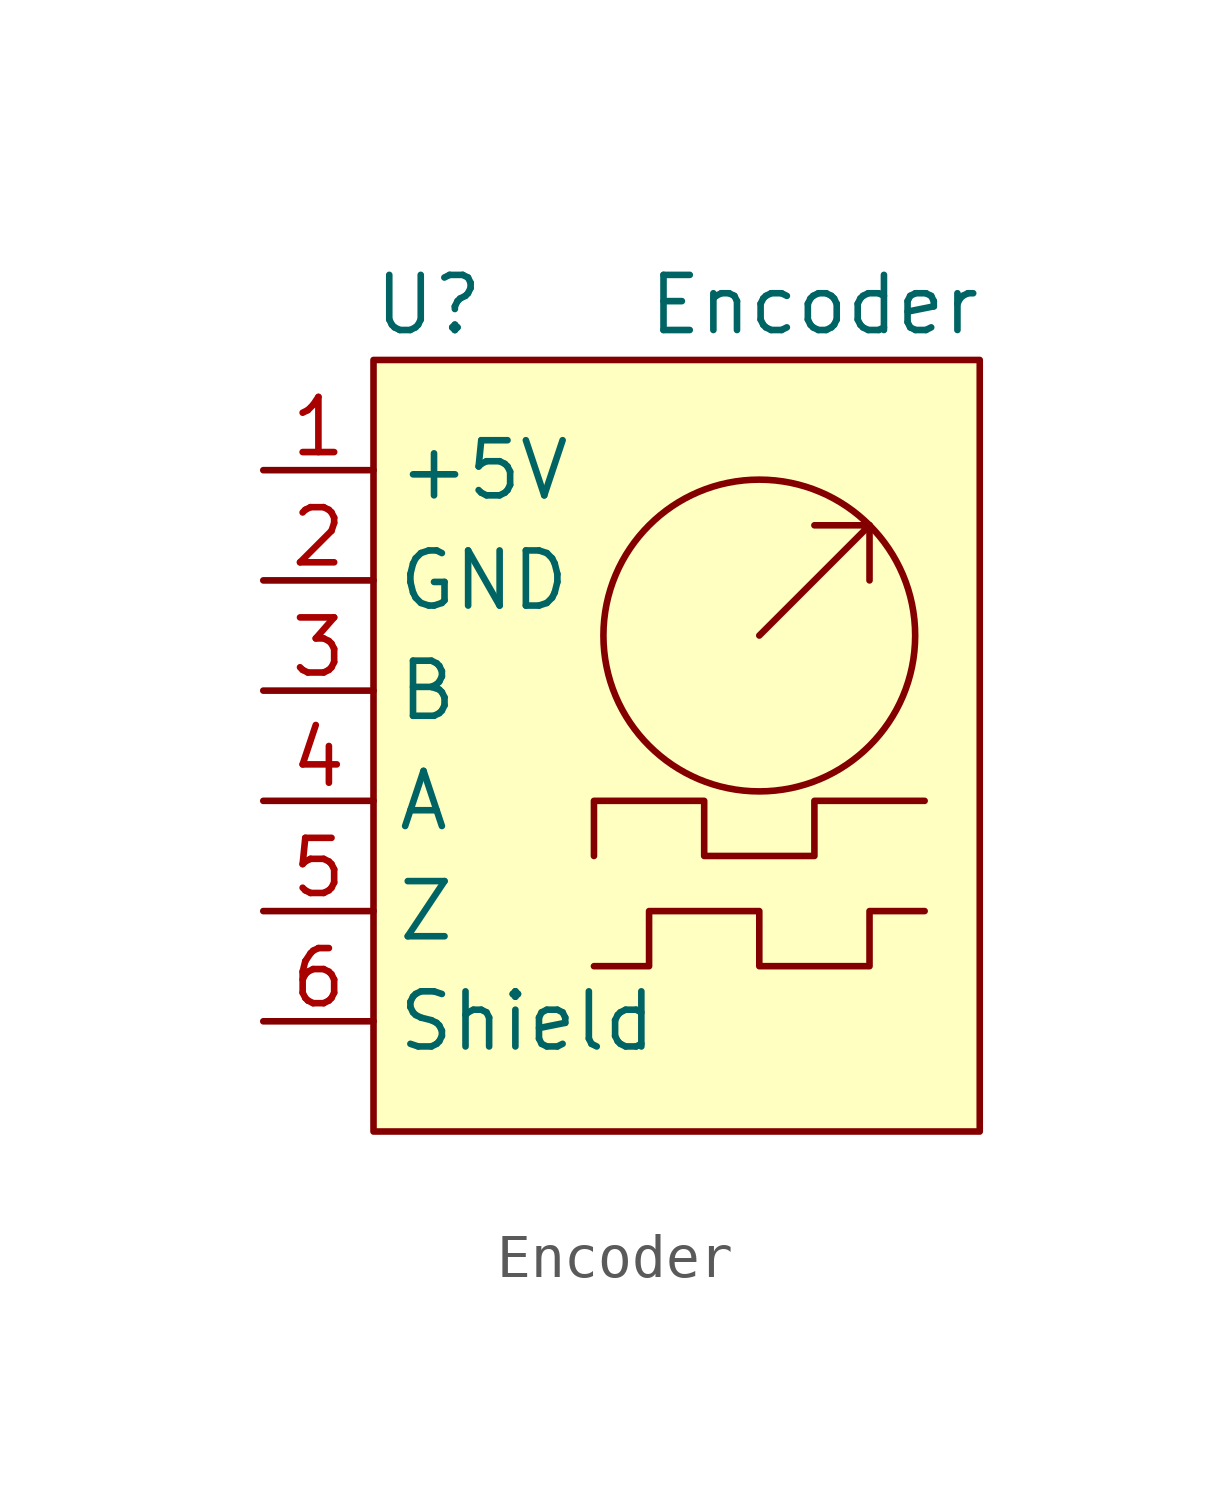
<source format=kicad_sym>
(kicad_symbol_lib
  (version 20211014)
  (generator kicad_symbol_editor)
  (symbol "Encoder"
    (property "Reference" "U"
      (at -3.81 10.16 0)
      (effects (font (size 1.27 1.27))))
    (property "Value" "Encoder"
      (at 5.08 10.16 0)
      (effects (font (size 1.27 1.27))))
    (symbol "Encoder_0_0"
      (rectangle (start -5.08 -8.89) (end 8.89 8.89) (stroke (width 0.152) (type default) (color 0 0 0 0)) (fill (type background)))
      (polyline (pts (xy 6.35 5.08) (xy 6.35 3.81)) (stroke (width 0.152) (type default) (color 0 0 0 0)) (fill (type none)))
      (polyline (pts (xy 3.81 2.54) (xy 6.35 5.08) (xy 5.08 5.08)) (stroke (width 0.152) (type default) (color 0 0 0 0)) (fill (type none)))
      (polyline (pts (xy 0 -5.08) (xy 1.27 -5.08) (xy 1.27 -3.81) (xy 3.81 -3.81) (xy 3.81 -5.08) (xy 6.35 -5.08) (xy 6.35 -3.81) (xy 7.62 -3.81)) (stroke (width 0.152) (type default) (color 0 0 0 0)) (fill (type none)))
      (polyline (pts (xy 0 -2.54) (xy 0 -1.27) (xy 1.27 -1.27) (xy 2.54 -1.27) (xy 2.54 -2.54) (xy 5.08 -2.54) (xy 5.08 -1.27) (xy 7.62 -1.27)) (stroke (width 0.152) (type default) (color 0 0 0 0)) (fill (type none)))
      (circle (center 3.81 2.54) (radius 3.592) (stroke (width 0.152) (type default) (color 0 0 0 0)) (fill (type none)))
      (pin unspecified line (at -7.62 6.35 0) (length 2.54) (name "+5V" (effects (font (size 1.27 1.27)))) (number "1" (effects (font (size 1.27 1.27)))))
      (pin unspecified line (at -7.62 3.81 0) (length 2.54) (name "GND" (effects (font (size 1.27 1.27)))) (number "2" (effects (font (size 1.27 1.27)))))
      (pin unspecified line (at -7.62 1.27 0) (length 2.54) (name "B" (effects (font (size 1.27 1.27)))) (number "3" (effects (font (size 1.27 1.27)))))
      (pin unspecified line (at -7.62 -1.27 0) (length 2.54) (name "A" (effects (font (size 1.27 1.27)))) (number "4" (effects (font (size 1.27 1.27)))))
      (pin unspecified line (at -7.62 -3.81 0) (length 2.54) (name "Z" (effects (font (size 1.27 1.27)))) (number "5" (effects (font (size 1.27 1.27)))))
      (pin unspecified line (at -7.62 -6.35 0) (length 2.54) (name "Shield" (effects (font (size 1.27 1.27)))) (number "6" (effects (font (size 1.27 1.27))))))))
</source>
